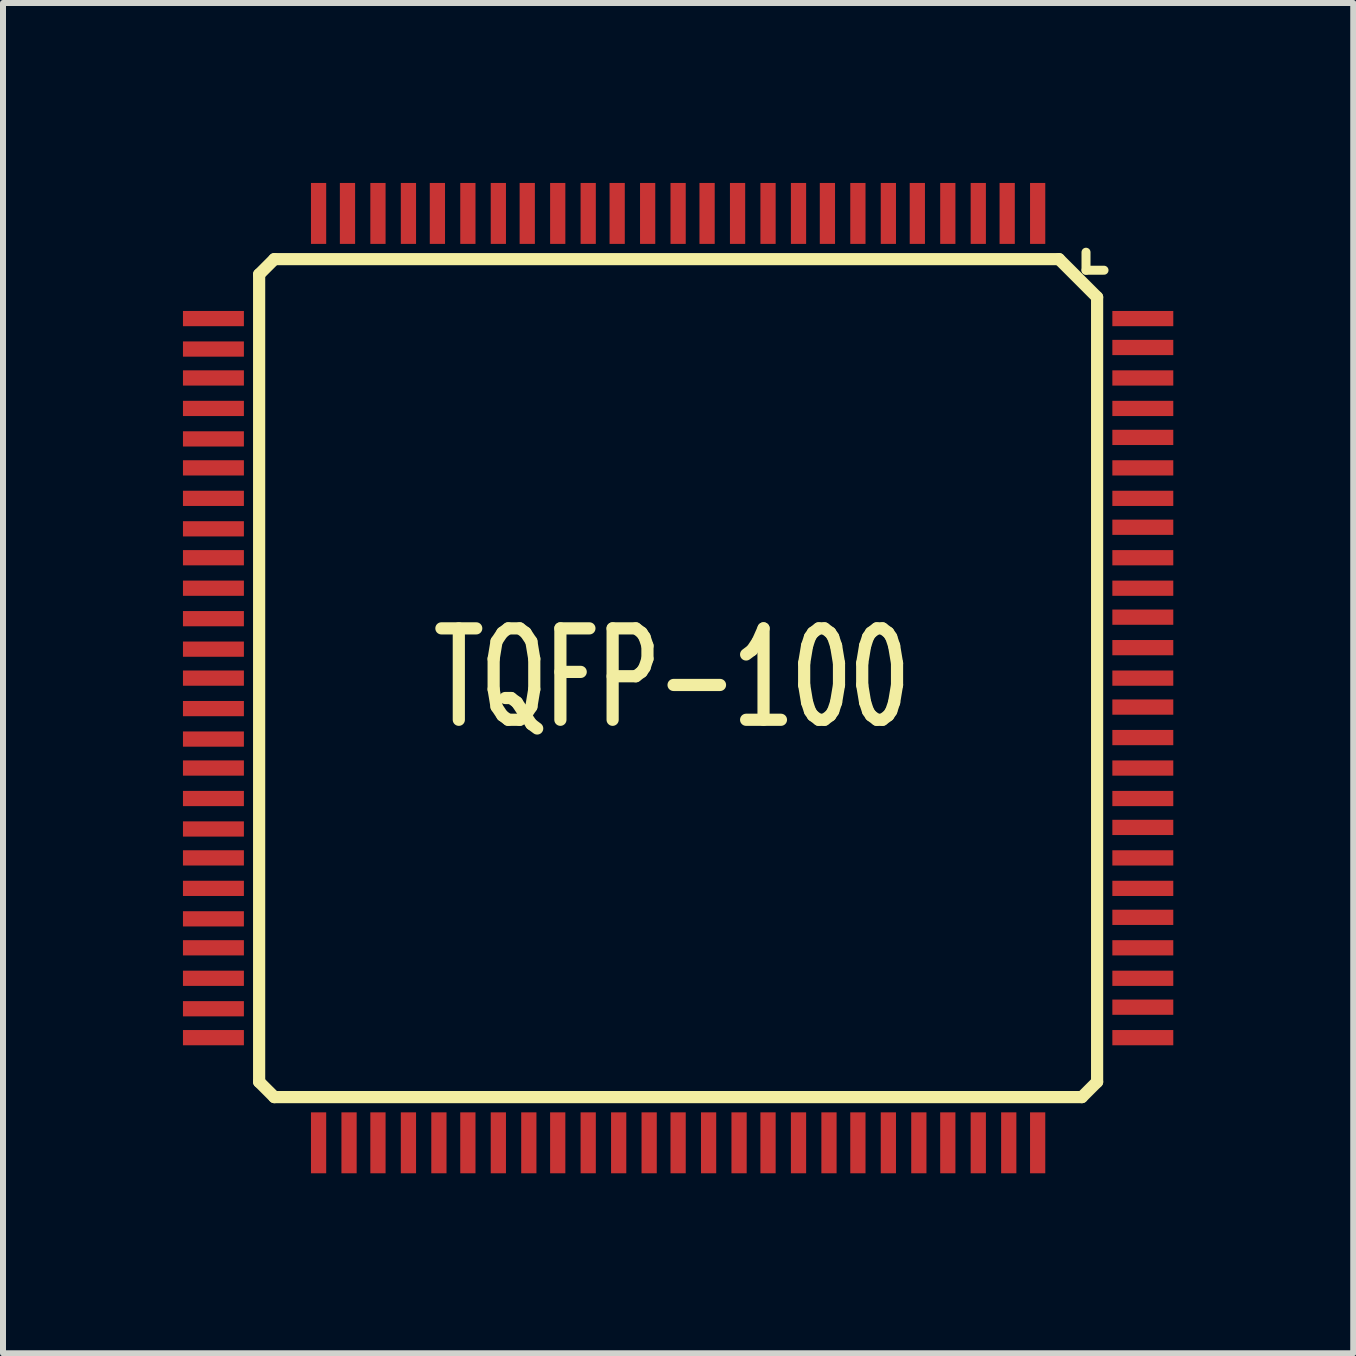
<source format=kicad_pcb>
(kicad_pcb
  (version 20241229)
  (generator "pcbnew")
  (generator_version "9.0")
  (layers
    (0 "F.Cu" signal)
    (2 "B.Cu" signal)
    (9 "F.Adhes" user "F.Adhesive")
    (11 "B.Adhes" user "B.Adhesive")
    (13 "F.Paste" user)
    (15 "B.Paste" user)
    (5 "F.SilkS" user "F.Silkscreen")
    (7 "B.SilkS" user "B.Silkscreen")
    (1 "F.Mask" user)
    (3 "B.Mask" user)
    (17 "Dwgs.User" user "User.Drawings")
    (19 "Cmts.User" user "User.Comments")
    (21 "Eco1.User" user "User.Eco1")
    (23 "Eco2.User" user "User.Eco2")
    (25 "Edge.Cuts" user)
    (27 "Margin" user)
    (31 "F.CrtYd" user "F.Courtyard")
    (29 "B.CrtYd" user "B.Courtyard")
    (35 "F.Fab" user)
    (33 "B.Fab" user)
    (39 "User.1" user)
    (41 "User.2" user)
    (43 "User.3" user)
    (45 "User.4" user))
  (footprint "TQFP-100"
    (layer "F.Cu")
    (at 8.255 8.255)
    (property "Reference" "TQFP-100" (at -0.1 0 0) (layer "F.SilkS") (effects (font (size 1.524 1.016) (thickness 0.203))))
    (attr smd)
    (fp_line (start -6.985 -6.731) (end -6.985 6.731) (stroke (width 0.203) (type solid)) (layer "F.SilkS"))
    (fp_line (start -6.985 -6.731) (end -6.731 -6.985) (stroke (width 0.203) (type solid)) (layer "F.SilkS"))
    (fp_line (start -6.985 6.731) (end -6.731 6.985) (stroke (width 0.203) (type solid)) (layer "F.SilkS"))
    (fp_line (start -6.731 6.985) (end 6.731 6.985) (stroke (width 0.203) (type solid)) (layer "F.SilkS"))
    (fp_line (start 6.35 -6.985) (end -6.731 -6.985) (stroke (width 0.203) (type solid)) (layer "F.SilkS"))
    (fp_line (start 6.731 6.985) (end 6.985 6.731) (stroke (width 0.203) (type solid)) (layer "F.SilkS"))
    (fp_line (start 6.8 -6.8) (end 6.8 -7.1) (stroke (width 0.15) (type solid)) (layer "F.SilkS"))
    (fp_line (start 6.8 -6.8) (end 7.1 -6.8) (stroke (width 0.15) (type solid)) (layer "F.SilkS"))
    (fp_line (start 6.985 -6.35) (end 6.35 -6.985) (stroke (width 0.203) (type solid)) (layer "F.SilkS"))
    (fp_line (start 6.985 6.731) (end 6.985 -6.35) (stroke (width 0.203) (type solid)) (layer "F.SilkS"))
    (pad "1" smd rect (at 5.994 -7.747) (size 0.254 1.016) (layers "F.Cu" "F.Mask" "F.Paste"))
    (pad "2" smd rect (at 5.486 -7.747) (size 0.254 1.016) (layers "F.Cu" "F.Mask" "F.Paste"))
    (pad "3" smd rect (at 5.004 -7.747) (size 0.254 1.016) (layers "F.Cu" "F.Mask" "F.Paste"))
    (pad "4" smd rect (at 4.496 -7.747) (size 0.254 1.016) (layers "F.Cu" "F.Mask" "F.Paste"))
    (pad "5" smd rect (at 3.988 -7.747) (size 0.254 1.016) (layers "F.Cu" "F.Mask" "F.Paste"))
    (pad "6" smd rect (at 3.505 -7.747) (size 0.254 1.016) (layers "F.Cu" "F.Mask" "F.Paste"))
    (pad "7" smd rect (at 2.997 -7.747) (size 0.254 1.016) (layers "F.Cu" "F.Mask" "F.Paste"))
    (pad "8" smd rect (at 2.489 -7.747) (size 0.254 1.016) (layers "F.Cu" "F.Mask" "F.Paste"))
    (pad "9" smd rect (at 2.007 -7.747) (size 0.254 1.016) (layers "F.Cu" "F.Mask" "F.Paste"))
    (pad "10" smd rect (at 1.499 -7.747) (size 0.254 1.016) (layers "F.Cu" "F.Mask" "F.Paste"))
    (pad "11" smd rect (at 0.991 -7.747) (size 0.254 1.016) (layers "F.Cu" "F.Mask" "F.Paste"))
    (pad "12" smd rect (at 0.483 -7.747) (size 0.254 1.016) (layers "F.Cu" "F.Mask" "F.Paste"))
    (pad "13" smd rect (at 0 -7.747) (size 0.254 1.016) (layers "F.Cu" "F.Mask" "F.Paste"))
    (pad "14" smd rect (at -0.508 -7.747) (size 0.254 1.016) (layers "F.Cu" "F.Mask" "F.Paste"))
    (pad "15" smd rect (at -1.016 -7.747) (size 0.254 1.016) (layers "F.Cu" "F.Mask" "F.Paste"))
    (pad "16" smd rect (at -1.499 -7.747) (size 0.254 1.016) (layers "F.Cu" "F.Mask" "F.Paste"))
    (pad "17" smd rect (at -2.007 -7.747) (size 0.254 1.016) (layers "F.Cu" "F.Mask" "F.Paste"))
    (pad "18" smd rect (at -2.515 -7.747) (size 0.254 1.016) (layers "F.Cu" "F.Mask" "F.Paste"))
    (pad "19" smd rect (at -2.997 -7.747) (size 0.254 1.016) (layers "F.Cu" "F.Mask" "F.Paste"))
    (pad "20" smd rect (at -3.505 -7.747) (size 0.254 1.016) (layers "F.Cu" "F.Mask" "F.Paste"))
    (pad "21" smd rect (at -4.013 -7.747) (size 0.254 1.016) (layers "F.Cu" "F.Mask" "F.Paste"))
    (pad "22" smd rect (at -4.496 -7.747) (size 0.254 1.016) (layers "F.Cu" "F.Mask" "F.Paste"))
    (pad "23" smd rect (at -5.004 -7.747) (size 0.254 1.016) (layers "F.Cu" "F.Mask" "F.Paste"))
    (pad "24" smd rect (at -5.512 -7.747) (size 0.254 1.016) (layers "F.Cu" "F.Mask" "F.Paste"))
    (pad "25" smd rect (at -5.994 -7.747) (size 0.254 1.016) (layers "F.Cu" "F.Mask" "F.Paste"))
    (pad "26" smd rect (at -7.747 -5.994) (size 1.016 0.254) (layers "F.Cu" "F.Mask" "F.Paste"))
    (pad "27" smd rect (at -7.747 -5.486) (size 1.016 0.254) (layers "F.Cu" "F.Mask" "F.Paste"))
    (pad "28" smd rect (at -7.747 -5.004) (size 1.016 0.254) (layers "F.Cu" "F.Mask" "F.Paste"))
    (pad "29" smd rect (at -7.747 -4.496) (size 1.016 0.254) (layers "F.Cu" "F.Mask" "F.Paste"))
    (pad "30" smd rect (at -7.747 -3.988) (size 1.016 0.254) (layers "F.Cu" "F.Mask" "F.Paste"))
    (pad "31" smd rect (at -7.747 -3.505) (size 1.016 0.254) (layers "F.Cu" "F.Mask" "F.Paste"))
    (pad "32" smd rect (at -7.747 -2.997) (size 1.016 0.254) (layers "F.Cu" "F.Mask" "F.Paste"))
    (pad "33" smd rect (at -7.747 -2.489) (size 1.016 0.254) (layers "F.Cu" "F.Mask" "F.Paste"))
    (pad "34" smd rect (at -7.747 -2.007) (size 1.016 0.254) (layers "F.Cu" "F.Mask" "F.Paste"))
    (pad "35" smd rect (at -7.747 -1.499) (size 1.016 0.254) (layers "F.Cu" "F.Mask" "F.Paste"))
    (pad "36" smd rect (at -7.747 -0.991) (size 1.016 0.254) (layers "F.Cu" "F.Mask" "F.Paste"))
    (pad "37" smd rect (at -7.747 -0.483) (size 1.016 0.254) (layers "F.Cu" "F.Mask" "F.Paste"))
    (pad "38" smd rect (at -7.747 0) (size 1.016 0.254) (layers "F.Cu" "F.Mask" "F.Paste"))
    (pad "39" smd rect (at -7.747 0.508) (size 1.016 0.254) (layers "F.Cu" "F.Mask" "F.Paste"))
    (pad "40" smd rect (at -7.747 1.016) (size 1.016 0.254) (layers "F.Cu" "F.Mask" "F.Paste"))
    (pad "41" smd rect (at -7.747 1.499) (size 1.016 0.254) (layers "F.Cu" "F.Mask" "F.Paste"))
    (pad "42" smd rect (at -7.747 2.007) (size 1.016 0.254) (layers "F.Cu" "F.Mask" "F.Paste"))
    (pad "43" smd rect (at -7.747 2.515) (size 1.016 0.254) (layers "F.Cu" "F.Mask" "F.Paste"))
    (pad "44" smd rect (at -7.747 2.997) (size 1.016 0.254) (layers "F.Cu" "F.Mask" "F.Paste"))
    (pad "45" smd rect (at -7.747 3.505) (size 1.016 0.254) (layers "F.Cu" "F.Mask" "F.Paste"))
    (pad "46" smd rect (at -7.747 4.013) (size 1.016 0.254) (layers "F.Cu" "F.Mask" "F.Paste"))
    (pad "47" smd rect (at -7.747 4.496) (size 1.016 0.254) (layers "F.Cu" "F.Mask" "F.Paste"))
    (pad "48" smd rect (at -7.747 5.004) (size 1.016 0.254) (layers "F.Cu" "F.Mask" "F.Paste"))
    (pad "49" smd rect (at -7.747 5.512) (size 1.016 0.254) (layers "F.Cu" "F.Mask" "F.Paste"))
    (pad "50" smd rect (at -7.747 5.994) (size 1.016 0.254) (layers "F.Cu" "F.Mask" "F.Paste"))
    (pad "51" smd rect (at -5.994 7.747) (size 0.254 1.016) (layers "F.Cu" "F.Mask" "F.Paste"))
    (pad "52" smd rect (at -5.486 7.747) (size 0.254 1.016) (layers "F.Cu" "F.Mask" "F.Paste"))
    (pad "53" smd rect (at -5.004 7.747) (size 0.254 1.016) (layers "F.Cu" "F.Mask" "F.Paste"))
    (pad "54" smd rect (at -4.496 7.747) (size 0.254 1.016) (layers "F.Cu" "F.Mask" "F.Paste"))
    (pad "55" smd rect (at -3.988 7.747) (size 0.254 1.016) (layers "F.Cu" "F.Mask" "F.Paste"))
    (pad "56" smd rect (at -3.505 7.747) (size 0.254 1.016) (layers "F.Cu" "F.Mask" "F.Paste"))
    (pad "57" smd rect (at -2.997 7.747) (size 0.254 1.016) (layers "F.Cu" "F.Mask" "F.Paste"))
    (pad "58" smd rect (at -2.489 7.747) (size 0.254 1.016) (layers "F.Cu" "F.Mask" "F.Paste"))
    (pad "59" smd rect (at -2.007 7.747) (size 0.254 1.016) (layers "F.Cu" "F.Mask" "F.Paste"))
    (pad "60" smd rect (at -1.499 7.747) (size 0.254 1.016) (layers "F.Cu" "F.Mask" "F.Paste"))
    (pad "61" smd rect (at -0.991 7.747) (size 0.254 1.016) (layers "F.Cu" "F.Mask" "F.Paste"))
    (pad "62" smd rect (at -0.483 7.747) (size 0.254 1.016) (layers "F.Cu" "F.Mask" "F.Paste"))
    (pad "63" smd rect (at 0 7.747) (size 0.254 1.016) (layers "F.Cu" "F.Mask" "F.Paste"))
    (pad "64" smd rect (at 0.508 7.747) (size 0.254 1.016) (layers "F.Cu" "F.Mask" "F.Paste"))
    (pad "65" smd rect (at 1.016 7.747) (size 0.254 1.016) (layers "F.Cu" "F.Mask" "F.Paste"))
    (pad "66" smd rect (at 1.499 7.747) (size 0.254 1.016) (layers "F.Cu" "F.Mask" "F.Paste"))
    (pad "67" smd rect (at 2.007 7.747) (size 0.254 1.016) (layers "F.Cu" "F.Mask" "F.Paste"))
    (pad "68" smd rect (at 2.515 7.747) (size 0.254 1.016) (layers "F.Cu" "F.Mask" "F.Paste"))
    (pad "69" smd rect (at 2.997 7.747) (size 0.254 1.016) (layers "F.Cu" "F.Mask" "F.Paste"))
    (pad "70" smd rect (at 3.505 7.747) (size 0.254 1.016) (layers "F.Cu" "F.Mask" "F.Paste"))
    (pad "71" smd rect (at 4.013 7.747) (size 0.254 1.016) (layers "F.Cu" "F.Mask" "F.Paste"))
    (pad "72" smd rect (at 4.496 7.747) (size 0.254 1.016) (layers "F.Cu" "F.Mask" "F.Paste"))
    (pad "73" smd rect (at 5.004 7.747) (size 0.254 1.016) (layers "F.Cu" "F.Mask" "F.Paste"))
    (pad "74" smd rect (at 5.512 7.747) (size 0.254 1.016) (layers "F.Cu" "F.Mask" "F.Paste"))
    (pad "75" smd rect (at 5.994 7.747) (size 0.254 1.016) (layers "F.Cu" "F.Mask" "F.Paste"))
    (pad "76" smd rect (at 7.747 5.994) (size 1.016 0.254) (layers "F.Cu" "F.Mask" "F.Paste"))
    (pad "77" smd rect (at 7.747 5.486) (size 1.016 0.254) (layers "F.Cu" "F.Mask" "F.Paste"))
    (pad "78" smd rect (at 7.747 5.004) (size 1.016 0.254) (layers "F.Cu" "F.Mask" "F.Paste"))
    (pad "79" smd rect (at 7.747 4.496) (size 1.016 0.254) (layers "F.Cu" "F.Mask" "F.Paste"))
    (pad "80" smd rect (at 7.747 3.988) (size 1.016 0.254) (layers "F.Cu" "F.Mask" "F.Paste"))
    (pad "81" smd rect (at 7.747 3.505) (size 1.016 0.254) (layers "F.Cu" "F.Mask" "F.Paste"))
    (pad "82" smd rect (at 7.747 2.997) (size 1.016 0.254) (layers "F.Cu" "F.Mask" "F.Paste"))
    (pad "83" smd rect (at 7.747 2.489) (size 1.016 0.254) (layers "F.Cu" "F.Mask" "F.Paste"))
    (pad "84" smd rect (at 7.747 2.007) (size 1.016 0.254) (layers "F.Cu" "F.Mask" "F.Paste"))
    (pad "85" smd rect (at 7.747 1.499) (size 1.016 0.254) (layers "F.Cu" "F.Mask" "F.Paste"))
    (pad "86" smd rect (at 7.747 0.991) (size 1.016 0.254) (layers "F.Cu" "F.Mask" "F.Paste"))
    (pad "87" smd rect (at 7.747 0.483) (size 1.016 0.254) (layers "F.Cu" "F.Mask" "F.Paste"))
    (pad "88" smd rect (at 7.747 0) (size 1.016 0.254) (layers "F.Cu" "F.Mask" "F.Paste"))
    (pad "89" smd rect (at 7.747 -0.508) (size 1.016 0.254) (layers "F.Cu" "F.Mask" "F.Paste"))
    (pad "90" smd rect (at 7.747 -1.016) (size 1.016 0.254) (layers "F.Cu" "F.Mask" "F.Paste"))
    (pad "91" smd rect (at 7.747 -1.499) (size 1.016 0.254) (layers "F.Cu" "F.Mask" "F.Paste"))
    (pad "92" smd rect (at 7.747 -2.007) (size 1.016 0.254) (layers "F.Cu" "F.Mask" "F.Paste"))
    (pad "93" smd rect (at 7.747 -2.515) (size 1.016 0.254) (layers "F.Cu" "F.Mask" "F.Paste"))
    (pad "94" smd rect (at 7.747 -2.997) (size 1.016 0.254) (layers "F.Cu" "F.Mask" "F.Paste"))
    (pad "95" smd rect (at 7.747 -3.505) (size 1.016 0.254) (layers "F.Cu" "F.Mask" "F.Paste"))
    (pad "96" smd rect (at 7.747 -4.013) (size 1.016 0.254) (layers "F.Cu" "F.Mask" "F.Paste"))
    (pad "97" smd rect (at 7.747 -4.496) (size 1.016 0.254) (layers "F.Cu" "F.Mask" "F.Paste"))
    (pad "98" smd rect (at 7.747 -5.004) (size 1.016 0.254) (layers "F.Cu" "F.Mask" "F.Paste"))
    (pad "99" smd rect (at 7.747 -5.512) (size 1.016 0.254) (layers "F.Cu" "F.Mask" "F.Paste"))
    (pad "100" smd rect (at 7.747 -5.994) (size 1.016 0.254) (layers "F.Cu" "F.Mask" "F.Paste")))
  (gr_rect
    (start -3 -3)
    (end 19.51 19.51)
    (stroke (width 0.1) (type default))
    (fill no)
    (layer "Edge.Cuts")))
</source>
